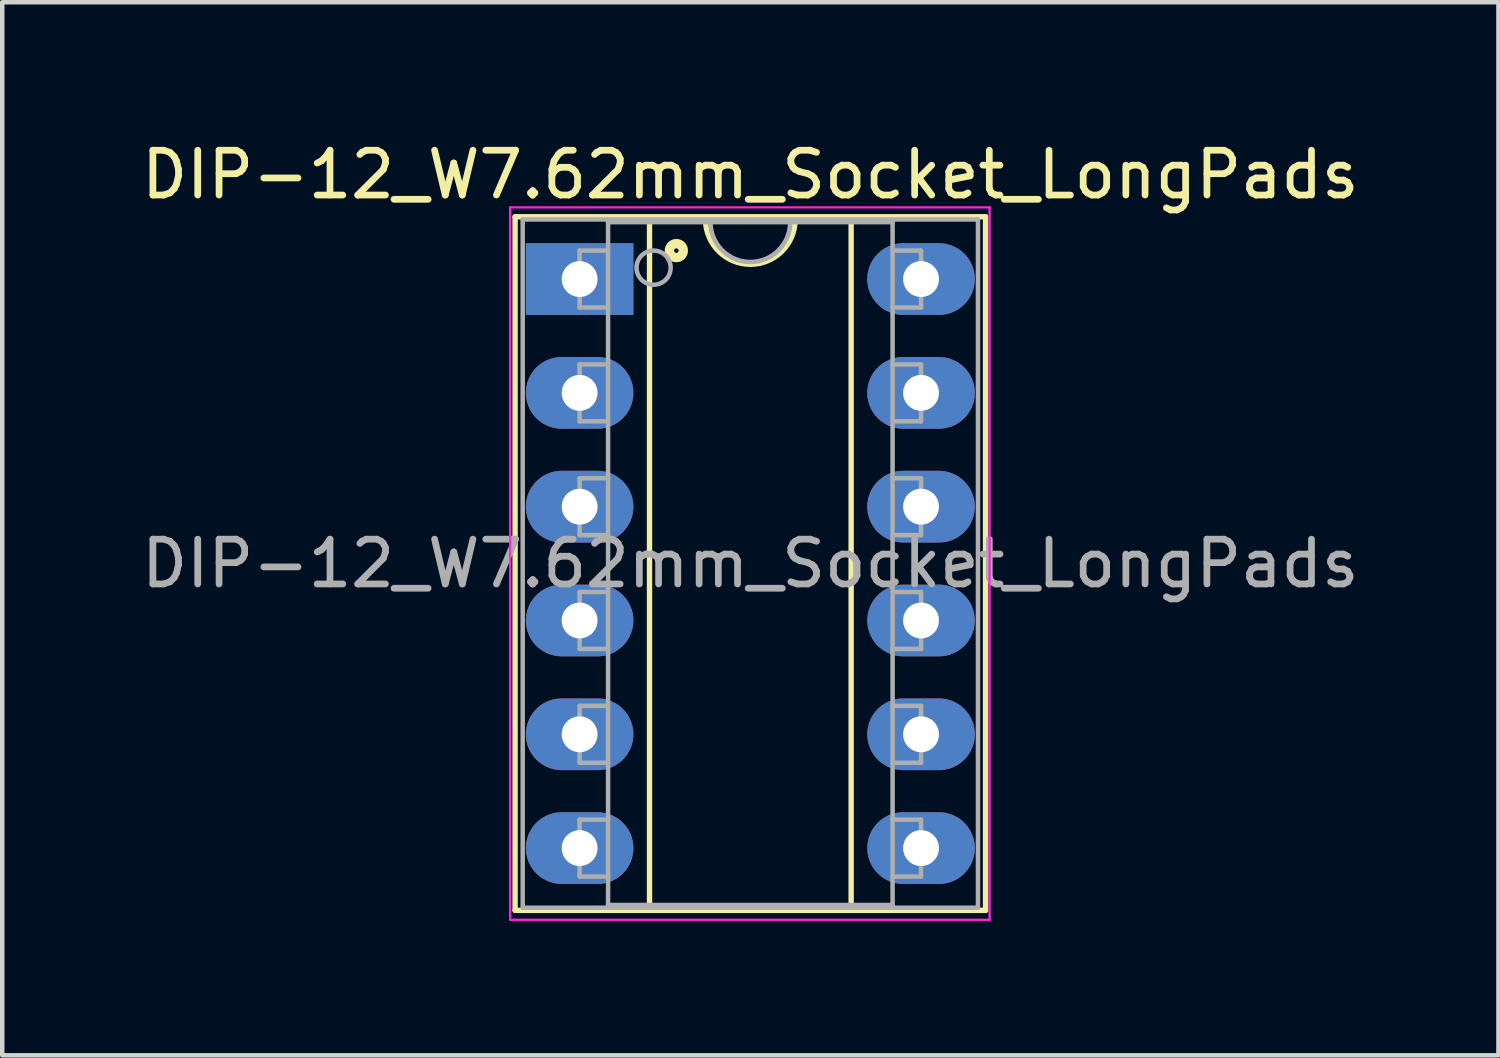
<source format=kicad_pcb>
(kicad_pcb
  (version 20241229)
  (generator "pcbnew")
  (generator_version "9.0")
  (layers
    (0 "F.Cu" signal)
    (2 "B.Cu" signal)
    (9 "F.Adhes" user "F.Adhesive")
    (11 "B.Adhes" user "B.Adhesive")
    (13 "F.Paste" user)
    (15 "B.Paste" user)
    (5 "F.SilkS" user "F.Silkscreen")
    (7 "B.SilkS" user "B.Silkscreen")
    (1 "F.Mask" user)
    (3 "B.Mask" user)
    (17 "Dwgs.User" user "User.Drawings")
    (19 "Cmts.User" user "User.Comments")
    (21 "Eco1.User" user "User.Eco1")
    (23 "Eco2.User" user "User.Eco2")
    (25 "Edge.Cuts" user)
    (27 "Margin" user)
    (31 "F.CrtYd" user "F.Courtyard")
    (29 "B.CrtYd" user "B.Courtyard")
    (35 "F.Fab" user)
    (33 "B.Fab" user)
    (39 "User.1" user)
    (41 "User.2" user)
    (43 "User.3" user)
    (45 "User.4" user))
  (footprint "DIP-12_W7.62mm_Socket_LongPads"
    (layer "F.Cu")
    (at 9.886 3.178)
    (property "Reference" "DIP-12_W7.62mm_Socket_LongPads" (at 3.81 -2.33 0) (layer "F.SilkS") (effects (font (size 1 1) (thickness 0.15))))
    (attr through_hole)
    (fp_line (start -1.44 -1.39) (end -1.44 14.09) (stroke (width 0.12) (type solid)) (layer "F.SilkS"))
    (fp_line (start -1.44 14.09) (end 9.06 14.09) (stroke (width 0.12) (type solid)) (layer "F.SilkS"))
    (fp_line (start 1.56 -1.33) (end 1.56 14.03) (stroke (width 0.12) (type solid)) (layer "F.SilkS"))
    (fp_line (start 1.56 14.03) (end 6.06 14.03) (stroke (width 0.12) (type solid)) (layer "F.SilkS"))
    (fp_line (start 2.81 -1.33) (end 1.56 -1.33) (stroke (width 0.12) (type solid)) (layer "F.SilkS"))
    (fp_line (start 6.06 -1.33) (end 4.81 -1.33) (stroke (width 0.12) (type solid)) (layer "F.SilkS"))
    (fp_line (start 6.06 14.03) (end 6.06 -1.33) (stroke (width 0.12) (type solid)) (layer "F.SilkS"))
    (fp_line (start 9.06 -1.39) (end -1.44 -1.39) (stroke (width 0.12) (type solid)) (layer "F.SilkS"))
    (fp_line (start 9.06 14.09) (end 9.06 -1.39) (stroke (width 0.12) (type solid)) (layer "F.SilkS"))
    (fp_arc (start 4.81 -1.33) (mid 3.81 -0.33) (end 2.81 -1.33) (stroke (width 0.12) (type solid)) (layer "F.SilkS"))
    (fp_circle (center 2.159 -0.635) (end 2.209 -0.635) (stroke (width 0.12) (type solid)) (fill no) (layer "F.SilkS"))
    (fp_circle (center 2.159 -0.635) (end 2.284 -0.635) (stroke (width 0.12) (type solid)) (fill no) (layer "F.SilkS"))
    (fp_circle (center 2.159 -0.635) (end 2.359 -0.635) (stroke (width 0.12) (type solid)) (fill no) (layer "F.SilkS"))
    (fp_line (start -1.55 -1.6) (end -1.55 14.3) (stroke (width 0.05) (type solid)) (layer "F.CrtYd"))
    (fp_line (start -1.55 14.3) (end 9.15 14.3) (stroke (width 0.05) (type solid)) (layer "F.CrtYd"))
    (fp_line (start 9.15 -1.6) (end -1.55 -1.6) (stroke (width 0.05) (type solid)) (layer "F.CrtYd"))
    (fp_line (start 9.15 14.3) (end 9.15 -1.6) (stroke (width 0.05) (type solid)) (layer "F.CrtYd"))
    (fp_line (start -1.27 -1.33) (end -1.27 14.03) (stroke (width 0.1) (type solid)) (layer "F.Fab"))
    (fp_line (start -1.27 14.03) (end 8.89 14.03) (stroke (width 0.1) (type solid)) (layer "F.Fab"))
    (fp_line (start 0 -0.635) (end 0 0.635) (stroke (width 0.1) (type solid)) (layer "F.Fab"))
    (fp_line (start 0 -0.635) (end 0.635 -0.635) (stroke (width 0.1) (type solid)) (layer "F.Fab"))
    (fp_line (start 0 0.635) (end 0.635 0.635) (stroke (width 0.1) (type solid)) (layer "F.Fab"))
    (fp_line (start 0 1.905) (end 0 3.175) (stroke (width 0.1) (type solid)) (layer "F.Fab"))
    (fp_line (start 0 1.905) (end 0.635 1.905) (stroke (width 0.1) (type solid)) (layer "F.Fab"))
    (fp_line (start 0 3.175) (end 0.635 3.175) (stroke (width 0.1) (type solid)) (layer "F.Fab"))
    (fp_line (start 0 4.445) (end 0 5.715) (stroke (width 0.1) (type solid)) (layer "F.Fab"))
    (fp_line (start 0 4.445) (end 0.635 4.445) (stroke (width 0.1) (type solid)) (layer "F.Fab"))
    (fp_line (start 0 5.715) (end 0.635 5.715) (stroke (width 0.1) (type solid)) (layer "F.Fab"))
    (fp_line (start 0 6.985) (end 0 8.255) (stroke (width 0.1) (type solid)) (layer "F.Fab"))
    (fp_line (start 0 6.985) (end 0.635 6.985) (stroke (width 0.1) (type solid)) (layer "F.Fab"))
    (fp_line (start 0 8.255) (end 0.635 8.255) (stroke (width 0.1) (type solid)) (layer "F.Fab"))
    (fp_line (start 0 9.525) (end 0 10.795) (stroke (width 0.1) (type solid)) (layer "F.Fab"))
    (fp_line (start 0 9.525) (end 0.635 9.525) (stroke (width 0.1) (type solid)) (layer "F.Fab"))
    (fp_line (start 0 10.795) (end 0.635 10.795) (stroke (width 0.1) (type solid)) (layer "F.Fab"))
    (fp_line (start 0 12.065) (end 0 13.335) (stroke (width 0.1) (type solid)) (layer "F.Fab"))
    (fp_line (start 0 12.065) (end 0.635 12.065) (stroke (width 0.1) (type solid)) (layer "F.Fab"))
    (fp_line (start 0 13.335) (end 0.635 13.335) (stroke (width 0.1) (type solid)) (layer "F.Fab"))
    (fp_line (start 0.635 -1.27) (end 6.985 -1.27) (stroke (width 0.1) (type solid)) (layer "F.Fab"))
    (fp_line (start 0.635 13.97) (end 0.635 -1.27) (stroke (width 0.1) (type solid)) (layer "F.Fab"))
    (fp_line (start 6.985 -1.27) (end 6.985 13.97) (stroke (width 0.1) (type solid)) (layer "F.Fab"))
    (fp_line (start 6.985 13.97) (end 0.635 13.97) (stroke (width 0.1) (type solid)) (layer "F.Fab"))
    (fp_line (start 7.62 -0.635) (end 6.985 -0.635) (stroke (width 0.1) (type solid)) (layer "F.Fab"))
    (fp_line (start 7.62 0.635) (end 6.985 0.635) (stroke (width 0.1) (type solid)) (layer "F.Fab"))
    (fp_line (start 7.62 0.635) (end 7.62 -0.635) (stroke (width 0.1) (type solid)) (layer "F.Fab"))
    (fp_line (start 7.62 1.905) (end 6.985 1.905) (stroke (width 0.1) (type solid)) (layer "F.Fab"))
    (fp_line (start 7.62 3.175) (end 6.985 3.175) (stroke (width 0.1) (type solid)) (layer "F.Fab"))
    (fp_line (start 7.62 3.175) (end 7.62 1.905) (stroke (width 0.1) (type solid)) (layer "F.Fab"))
    (fp_line (start 7.62 4.445) (end 6.985 4.445) (stroke (width 0.1) (type solid)) (layer "F.Fab"))
    (fp_line (start 7.62 5.715) (end 6.985 5.715) (stroke (width 0.1) (type solid)) (layer "F.Fab"))
    (fp_line (start 7.62 5.715) (end 7.62 4.445) (stroke (width 0.1) (type solid)) (layer "F.Fab"))
    (fp_line (start 7.62 6.985) (end 6.985 6.985) (stroke (width 0.1) (type solid)) (layer "F.Fab"))
    (fp_line (start 7.62 8.255) (end 6.985 8.255) (stroke (width 0.1) (type solid)) (layer "F.Fab"))
    (fp_line (start 7.62 8.255) (end 7.62 6.985) (stroke (width 0.1) (type solid)) (layer "F.Fab"))
    (fp_line (start 7.62 9.525) (end 6.985 9.525) (stroke (width 0.1) (type solid)) (layer "F.Fab"))
    (fp_line (start 7.62 10.795) (end 6.985 10.795) (stroke (width 0.1) (type solid)) (layer "F.Fab"))
    (fp_line (start 7.62 10.795) (end 7.62 9.525) (stroke (width 0.1) (type solid)) (layer "F.Fab"))
    (fp_line (start 7.62 12.065) (end 6.985 12.065) (stroke (width 0.1) (type solid)) (layer "F.Fab"))
    (fp_line (start 7.62 13.335) (end 6.985 13.335) (stroke (width 0.1) (type solid)) (layer "F.Fab"))
    (fp_line (start 7.62 13.335) (end 7.62 12.065) (stroke (width 0.1) (type solid)) (layer "F.Fab"))
    (fp_line (start 8.89 -1.33) (end -1.27 -1.33) (stroke (width 0.1) (type solid)) (layer "F.Fab"))
    (fp_line (start 8.89 14.03) (end 8.89 -1.33) (stroke (width 0.1) (type solid)) (layer "F.Fab"))
    (fp_arc (start 4.699 -1.27) (mid 3.81 -0.381) (end 2.921 -1.27) (stroke (width 0.1) (type solid)) (layer "F.Fab"))
    (fp_circle (center 1.651 -0.254) (end 2.032 -0.254) (stroke (width 0.1) (type solid)) (fill no) (layer "F.Fab"))
    (fp_text user "${REFERENCE}" (at 3.81 6.35 0) (layer "F.Fab") (effects (font (size 1 1) (thickness 0.15))))
    (pad "1" thru_hole rect (at 0 0) (size 2.4 1.6) (drill 0.8) (layers "*.Cu" "*.Mask"))
    (pad "2" thru_hole oval (at 0 2.54) (size 2.4 1.6) (drill 0.8) (layers "*.Cu" "*.Mask"))
    (pad "3" thru_hole oval (at 0 5.08) (size 2.4 1.6) (drill 0.8) (layers "*.Cu" "*.Mask"))
    (pad "4" thru_hole oval (at 0 7.62) (size 2.4 1.6) (drill 0.8) (layers "*.Cu" "*.Mask"))
    (pad "5" thru_hole oval (at 0 10.16) (size 2.4 1.6) (drill 0.8) (layers "*.Cu" "*.Mask"))
    (pad "6" thru_hole oval (at 0 12.7) (size 2.4 1.6) (drill 0.8) (layers "*.Cu" "*.Mask"))
    (pad "7" thru_hole oval (at 7.62 12.7) (size 2.4 1.6) (drill 0.8) (layers "*.Cu" "*.Mask"))
    (pad "8" thru_hole oval (at 7.62 10.16) (size 2.4 1.6) (drill 0.8) (layers "*.Cu" "*.Mask"))
    (pad "9" thru_hole oval (at 7.62 7.62) (size 2.4 1.6) (drill 0.8) (layers "*.Cu" "*.Mask"))
    (pad "10" thru_hole oval (at 7.62 5.08) (size 2.4 1.6) (drill 0.8) (layers "*.Cu" "*.Mask"))
    (pad "11" thru_hole oval (at 7.62 2.54) (size 2.4 1.6) (drill 0.8) (layers "*.Cu" "*.Mask"))
    (pad "12" thru_hole oval (at 7.62 0) (size 2.4 1.6) (drill 0.8) (layers "*.Cu" "*.Mask")))
  (gr_rect
    (start -3 -3)
    (end 30.393 20.503)
    (stroke (width 0.1) (type default))
    (fill no)
    (layer "Edge.Cuts")))
</source>
